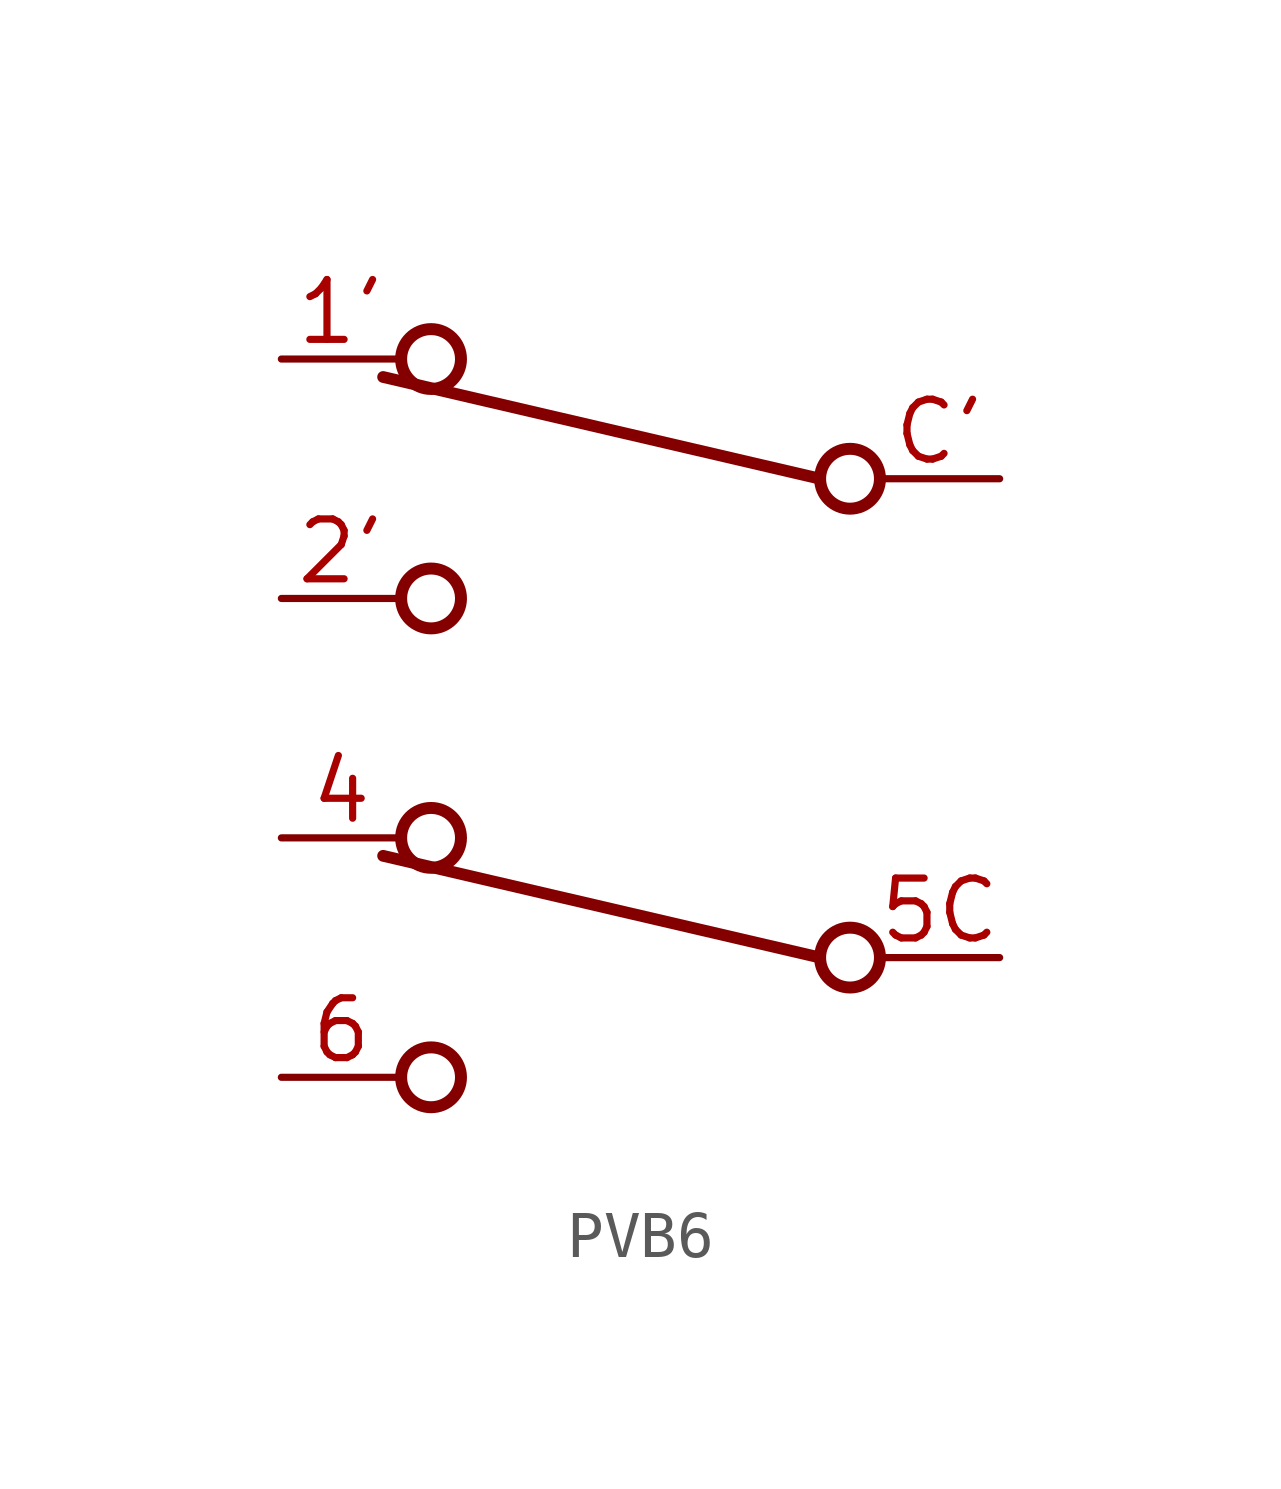
<source format=kicad_sym>
(kicad_symbol_lib
  (version 20231120)
  (generator "kicad_symbol_editor")
  (generator_version "8.0")
  (symbol "PVB6"
    (property "Reference" "SW"
      (at 0 0 0)
      (effects (font (size 1.27 1.27)) (hide yes)))
    (property "ki_locked" ""
      (at 0 0 0)
      (effects (font (size 1.27 1.27))))
    (symbol "PVB6_1_0"
      (circle (center -4.254 -12.7) (radius 0.635) (stroke (width 0.254) (type solid)) (fill (type none)))
      (circle (center -4.254 -7.62) (radius 0.635) (stroke (width 0.254) (type solid)) (fill (type none)))
      (circle (center -4.254 -2.54) (radius 0.635) (stroke (width 0.254) (type solid)) (fill (type none)))
      (circle (center -4.254 2.54) (radius 0.635) (stroke (width 0.254) (type solid)) (fill (type none)))
      (polyline (pts (xy 4.001 -10.16) (xy -5.271 -8.001)) (stroke (width 0.25) (type solid)) (fill (type none)))
      (polyline (pts (xy 4.001 0) (xy -5.271 2.159)) (stroke (width 0.25) (type solid)) (fill (type none)))
      (circle (center 4.636 -10.16) (radius 0.635) (stroke (width 0.254) (type solid)) (fill (type none)))
      (circle (center 4.636 0) (radius 0.635) (stroke (width 0.254) (type solid)) (fill (type none)))
      (pin passive line (at -7.43 2.54 0) (length 2.54) (name "C3@1" (effects (font (size 0 0)))) (number "1'" (effects (font (size 1.27 1.27)))))
      (pin passive line (at -7.43 -2.54 0) (length 2.54) (name "C2@1" (effects (font (size 0 0)))) (number "2'" (effects (font (size 1.27 1.27)))))
      (pin passive line (at -7.43 -7.62 0) (length 2.54) (name "C3@2" (effects (font (size 0 0)))) (number "4" (effects (font (size 1.27 1.27)))))
      (pin passive line (at 7.81 -10.16 180) (length 2.54) (name "C1@2" (effects (font (size 0 0)))) (number "5C" (effects (font (size 1.27 1.27)))))
      (pin passive line (at -7.43 -12.7 0) (length 2.54) (name "C2@2" (effects (font (size 0 0)))) (number "6" (effects (font (size 1.27 1.27)))))
      (pin passive line (at 7.81 0 180) (length 2.54) (name "C1@1" (effects (font (size 0 0)))) (number "C'" (effects (font (size 1.27 1.27))))))))
</source>
